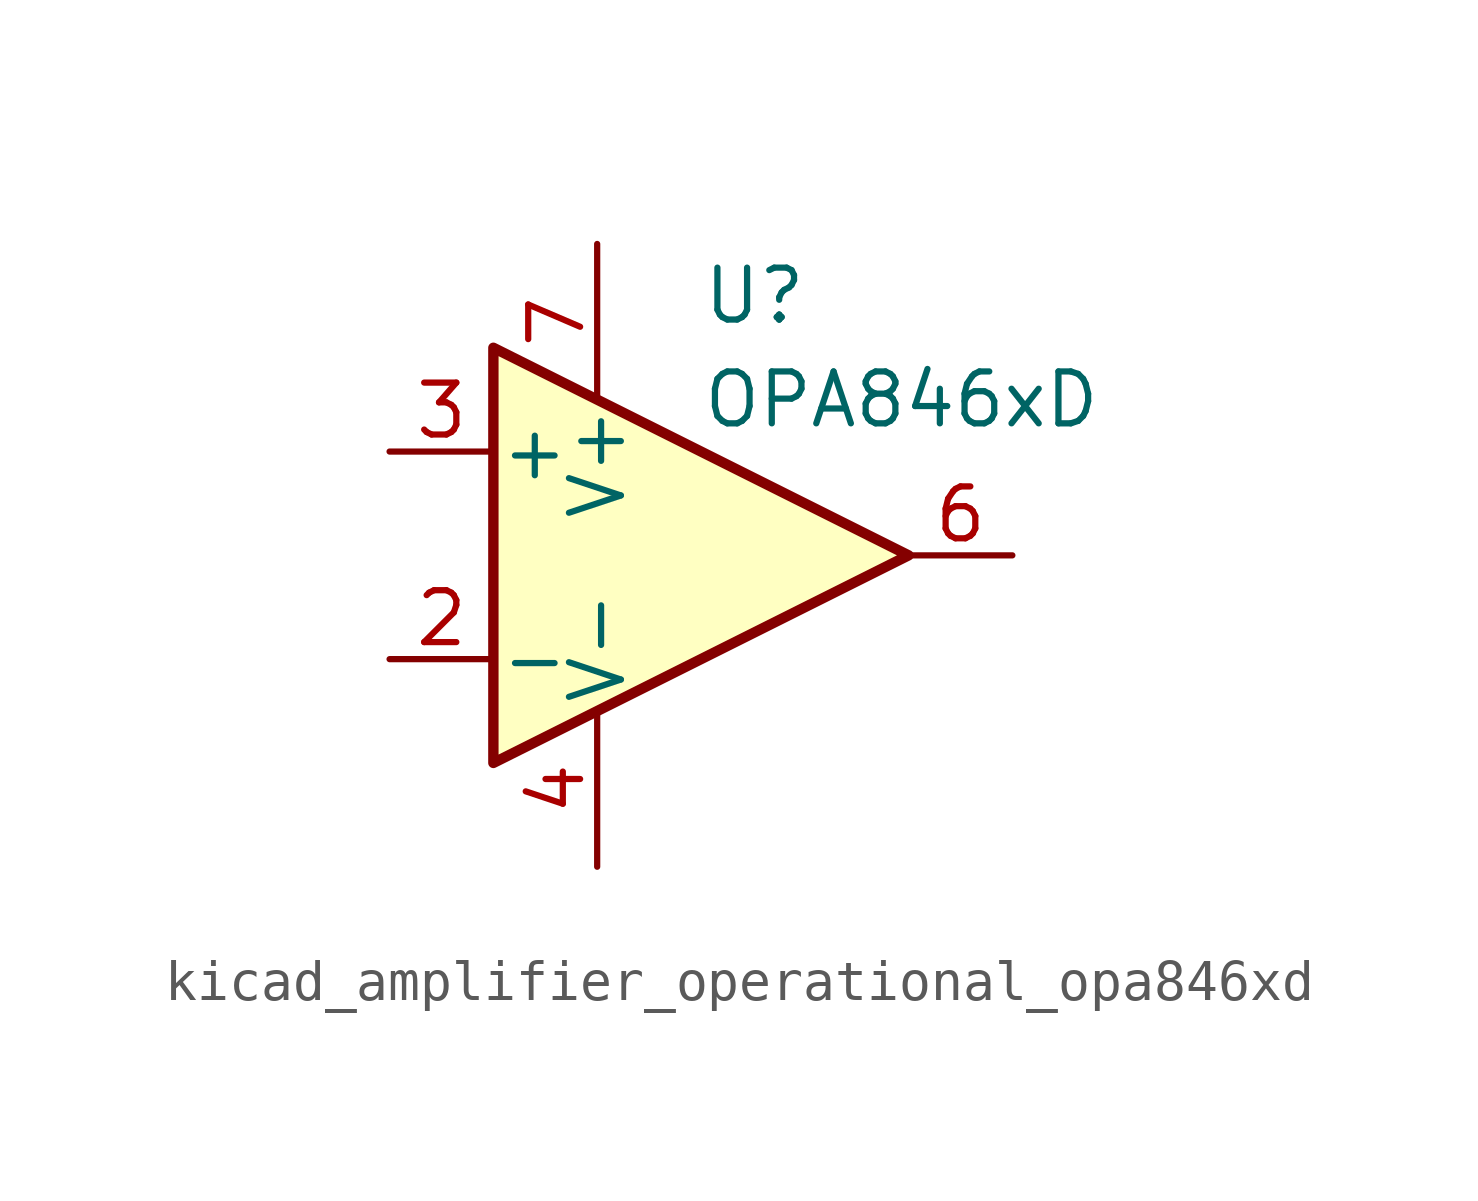
<source format=kicad_sym>
(kicad_symbol_lib
  (version 20220914)
  (generator kicad_symbol_editor)
  (symbol "kicad_amplifier_operational_opa846xd"
    (pin_names
      (offset 0.127))
    (property "Reference" "U"
      (at 0 6.35 0)
      (effects (font (size 1.27 1.27)) (justify left)))
    (property "Value" "OPA846xD"
      (at 0 3.81 0)
      (effects (font (size 1.27 1.27)) (justify left)))
    (symbol "kicad_amplifier_operational_opa846xd_0_1"
      (polyline (pts (xy -5.08 5.08) (xy 5.08 0) (xy -5.08 -5.08) (xy -5.08 5.08)) (stroke (width 0.254) (type default)) (fill (type background))))
    (symbol "kicad_amplifier_operational_opa846xd_1_1"
      (pin no_connect line (at -2.54 2.54 270) (length 2.54) hide (name "NC" (effects (font (size 1.27 1.27)))) (number "1" (effects (font (size 1.27 1.27)))))
      (pin input line (at -7.62 -2.54 0) (length 2.54) (name "-" (effects (font (size 1.27 1.27)))) (number "2" (effects (font (size 1.27 1.27)))))
      (pin input line (at -7.62 2.54 0) (length 2.54) (name "+" (effects (font (size 1.27 1.27)))) (number "3" (effects (font (size 1.27 1.27)))))
      (pin power_in line (at -2.54 -7.62 90) (length 3.81) (name "V-" (effects (font (size 1.27 1.27)))) (number "4" (effects (font (size 1.27 1.27)))))
      (pin no_connect line (at 0 2.54 270) (length 2.54) hide (name "NC" (effects (font (size 1.27 1.27)))) (number "5" (effects (font (size 1.27 1.27)))))
      (pin output line (at 7.62 0 180) (length 2.54) (name "~" (effects (font (size 1.27 1.27)))) (number "6" (effects (font (size 1.27 1.27)))))
      (pin power_in line (at -2.54 7.62 270) (length 3.81) (name "V+" (effects (font (size 1.27 1.27)))) (number "7" (effects (font (size 1.27 1.27)))))
      (pin no_connect line (at 0 -2.54 90) (length 2.54) hide (name "NC" (effects (font (size 1.27 1.27)))) (number "8" (effects (font (size 1.27 1.27))))))))
</source>
